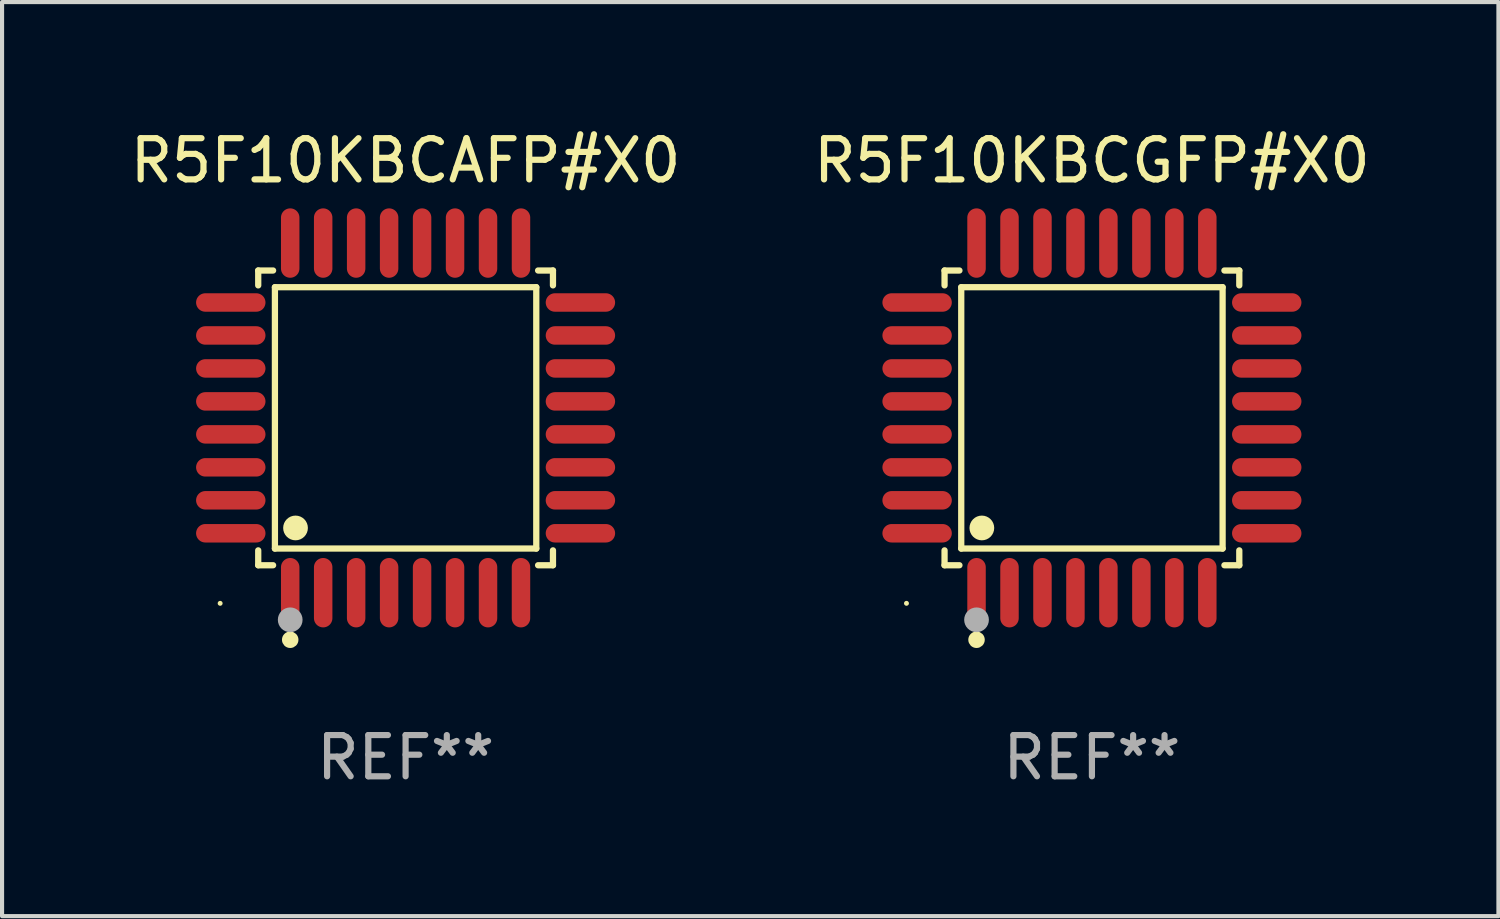
<source format=kicad_pcb>
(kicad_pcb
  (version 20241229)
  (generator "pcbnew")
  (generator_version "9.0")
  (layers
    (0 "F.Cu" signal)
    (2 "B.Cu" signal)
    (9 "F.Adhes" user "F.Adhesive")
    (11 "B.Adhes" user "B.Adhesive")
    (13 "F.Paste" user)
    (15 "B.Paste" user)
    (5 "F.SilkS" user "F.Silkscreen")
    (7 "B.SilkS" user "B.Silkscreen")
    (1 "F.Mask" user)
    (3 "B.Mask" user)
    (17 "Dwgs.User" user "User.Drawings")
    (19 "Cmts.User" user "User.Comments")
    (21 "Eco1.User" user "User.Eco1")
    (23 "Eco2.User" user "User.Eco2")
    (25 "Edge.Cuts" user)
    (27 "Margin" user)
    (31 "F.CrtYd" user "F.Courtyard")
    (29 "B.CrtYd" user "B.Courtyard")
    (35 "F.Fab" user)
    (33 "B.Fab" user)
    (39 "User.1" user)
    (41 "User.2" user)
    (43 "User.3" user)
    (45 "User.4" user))
  (footprint "R5F10KBCGFP#X0"
    (layer "F.Cu")
    (at 23.446 7.09)
    (property "Reference" "R5F10KBCGFP#X0" (at 0 -6.242 0) (layer "F.SilkS") (effects (font (size 1 1) (thickness 0.15))))
    (attr through_hole)
    (fp_line (start -3.576 -3.576) (end -3.215 -3.576) (stroke (width 0.152) (type solid)) (layer "F.SilkS"))
    (fp_line (start -3.576 -3.215) (end -3.576 -3.576) (stroke (width 0.152) (type solid)) (layer "F.SilkS"))
    (fp_line (start -3.576 3.215) (end -3.576 3.576) (stroke (width 0.152) (type solid)) (layer "F.SilkS"))
    (fp_line (start -3.576 3.576) (end -3.215 3.576) (stroke (width 0.152) (type solid)) (layer "F.SilkS"))
    (fp_line (start -3.171 -3.171) (end 3.171 -3.171) (stroke (width 0.152) (type solid)) (layer "F.SilkS"))
    (fp_line (start -3.171 3.171) (end -3.171 -3.171) (stroke (width 0.152) (type solid)) (layer "F.SilkS"))
    (fp_line (start 3.171 -3.171) (end 3.171 3.171) (stroke (width 0.152) (type solid)) (layer "F.SilkS"))
    (fp_line (start 3.171 3.171) (end -3.171 3.171) (stroke (width 0.152) (type solid)) (layer "F.SilkS"))
    (fp_line (start 3.576 -3.576) (end 3.215 -3.576) (stroke (width 0.152) (type solid)) (layer "F.SilkS"))
    (fp_line (start 3.576 -3.215) (end 3.576 -3.576) (stroke (width 0.152) (type solid)) (layer "F.SilkS"))
    (fp_line (start 3.576 3.215) (end 3.576 3.576) (stroke (width 0.152) (type solid)) (layer "F.SilkS"))
    (fp_line (start 3.576 3.576) (end 3.215 3.576) (stroke (width 0.152) (type solid)) (layer "F.SilkS"))
    (fp_circle (center -4.5 4.5) (end -4.47 4.5) (stroke (width 0.06) (type solid)) (fill no) (layer "F.SilkS"))
    (fp_circle (center -2.8 5.384) (end -2.7 5.384) (stroke (width 0.2) (type solid)) (fill no) (layer "F.SilkS"))
    (fp_circle (center -2.671 2.671) (end -2.521 2.671) (stroke (width 0.3) (type solid)) (fill no) (layer "F.SilkS"))
    (fp_circle (center -2.8 4.9) (end -2.65 4.9) (stroke (width 0.3) (type solid)) (fill no) (layer "F.Fab"))
    (fp_text user "REF**" (at 0 8.242 0) (layer "F.Fab") (effects (font (size 1 1) (thickness 0.15))))
    (pad "1" smd oval (at -2.8 4.242) (size 0.448 1.684) (layers "F.Cu" "F.Mask" "F.Paste"))
    (pad "2" smd oval (at -2 4.242) (size 0.448 1.684) (layers "F.Cu" "F.Mask" "F.Paste"))
    (pad "3" smd oval (at -1.2 4.242) (size 0.448 1.684) (layers "F.Cu" "F.Mask" "F.Paste"))
    (pad "4" smd oval (at -0.4 4.242) (size 0.448 1.684) (layers "F.Cu" "F.Mask" "F.Paste"))
    (pad "5" smd oval (at 0.4 4.242) (size 0.448 1.684) (layers "F.Cu" "F.Mask" "F.Paste"))
    (pad "6" smd oval (at 1.2 4.242) (size 0.448 1.684) (layers "F.Cu" "F.Mask" "F.Paste"))
    (pad "7" smd oval (at 2 4.242) (size 0.448 1.684) (layers "F.Cu" "F.Mask" "F.Paste"))
    (pad "8" smd oval (at 2.8 4.242) (size 0.448 1.684) (layers "F.Cu" "F.Mask" "F.Paste"))
    (pad "9" smd oval (at 4.242 2.8) (size 1.684 0.448) (layers "F.Cu" "F.Mask" "F.Paste"))
    (pad "10" smd oval (at 4.242 2) (size 1.684 0.448) (layers "F.Cu" "F.Mask" "F.Paste"))
    (pad "11" smd oval (at 4.242 1.2) (size 1.684 0.448) (layers "F.Cu" "F.Mask" "F.Paste"))
    (pad "12" smd oval (at 4.242 0.4) (size 1.684 0.448) (layers "F.Cu" "F.Mask" "F.Paste"))
    (pad "13" smd oval (at 4.242 -0.4) (size 1.684 0.448) (layers "F.Cu" "F.Mask" "F.Paste"))
    (pad "14" smd oval (at 4.242 -1.2) (size 1.684 0.448) (layers "F.Cu" "F.Mask" "F.Paste"))
    (pad "15" smd oval (at 4.242 -2) (size 1.684 0.448) (layers "F.Cu" "F.Mask" "F.Paste"))
    (pad "16" smd oval (at 4.242 -2.8) (size 1.684 0.448) (layers "F.Cu" "F.Mask" "F.Paste"))
    (pad "17" smd oval (at 2.8 -4.242) (size 0.448 1.684) (layers "F.Cu" "F.Mask" "F.Paste"))
    (pad "18" smd oval (at 2 -4.242) (size 0.448 1.684) (layers "F.Cu" "F.Mask" "F.Paste"))
    (pad "19" smd oval (at 1.2 -4.242) (size 0.448 1.684) (layers "F.Cu" "F.Mask" "F.Paste"))
    (pad "20" smd oval (at 0.4 -4.242) (size 0.448 1.684) (layers "F.Cu" "F.Mask" "F.Paste"))
    (pad "21" smd oval (at -0.4 -4.242) (size 0.448 1.684) (layers "F.Cu" "F.Mask" "F.Paste"))
    (pad "22" smd oval (at -1.2 -4.242) (size 0.448 1.684) (layers "F.Cu" "F.Mask" "F.Paste"))
    (pad "23" smd oval (at -2 -4.242) (size 0.448 1.684) (layers "F.Cu" "F.Mask" "F.Paste"))
    (pad "24" smd oval (at -2.8 -4.242) (size 0.448 1.684) (layers "F.Cu" "F.Mask" "F.Paste"))
    (pad "25" smd oval (at -4.242 -2.8) (size 1.684 0.448) (layers "F.Cu" "F.Mask" "F.Paste"))
    (pad "26" smd oval (at -4.242 -2) (size 1.684 0.448) (layers "F.Cu" "F.Mask" "F.Paste"))
    (pad "27" smd oval (at -4.242 -1.2) (size 1.684 0.448) (layers "F.Cu" "F.Mask" "F.Paste"))
    (pad "28" smd oval (at -4.242 -0.4) (size 1.684 0.448) (layers "F.Cu" "F.Mask" "F.Paste"))
    (pad "29" smd oval (at -4.242 0.4) (size 1.684 0.448) (layers "F.Cu" "F.Mask" "F.Paste"))
    (pad "30" smd oval (at -4.242 1.2) (size 1.684 0.448) (layers "F.Cu" "F.Mask" "F.Paste"))
    (pad "31" smd oval (at -4.242 2) (size 1.684 0.448) (layers "F.Cu" "F.Mask" "F.Paste"))
    (pad "32" smd oval (at -4.242 2.8) (size 1.684 0.448) (layers "F.Cu" "F.Mask" "F.Paste")))
  (footprint "R5F10KBCAFP#X0"
    (layer "F.Cu")
    (at 6.792 7.09)
    (property "Reference" "R5F10KBCAFP#X0" (at 0 -6.242 0) (layer "F.SilkS") (effects (font (size 1 1) (thickness 0.15))))
    (attr through_hole)
    (fp_line (start -3.576 -3.576) (end -3.215 -3.576) (stroke (width 0.152) (type solid)) (layer "F.SilkS"))
    (fp_line (start -3.576 -3.215) (end -3.576 -3.576) (stroke (width 0.152) (type solid)) (layer "F.SilkS"))
    (fp_line (start -3.576 3.215) (end -3.576 3.576) (stroke (width 0.152) (type solid)) (layer "F.SilkS"))
    (fp_line (start -3.576 3.576) (end -3.215 3.576) (stroke (width 0.152) (type solid)) (layer "F.SilkS"))
    (fp_line (start -3.171 -3.171) (end 3.171 -3.171) (stroke (width 0.152) (type solid)) (layer "F.SilkS"))
    (fp_line (start -3.171 3.171) (end -3.171 -3.171) (stroke (width 0.152) (type solid)) (layer "F.SilkS"))
    (fp_line (start 3.171 -3.171) (end 3.171 3.171) (stroke (width 0.152) (type solid)) (layer "F.SilkS"))
    (fp_line (start 3.171 3.171) (end -3.171 3.171) (stroke (width 0.152) (type solid)) (layer "F.SilkS"))
    (fp_line (start 3.576 -3.576) (end 3.215 -3.576) (stroke (width 0.152) (type solid)) (layer "F.SilkS"))
    (fp_line (start 3.576 -3.215) (end 3.576 -3.576) (stroke (width 0.152) (type solid)) (layer "F.SilkS"))
    (fp_line (start 3.576 3.215) (end 3.576 3.576) (stroke (width 0.152) (type solid)) (layer "F.SilkS"))
    (fp_line (start 3.576 3.576) (end 3.215 3.576) (stroke (width 0.152) (type solid)) (layer "F.SilkS"))
    (fp_circle (center -4.5 4.5) (end -4.47 4.5) (stroke (width 0.06) (type solid)) (fill no) (layer "F.SilkS"))
    (fp_circle (center -2.8 5.384) (end -2.7 5.384) (stroke (width 0.2) (type solid)) (fill no) (layer "F.SilkS"))
    (fp_circle (center -2.671 2.671) (end -2.521 2.671) (stroke (width 0.3) (type solid)) (fill no) (layer "F.SilkS"))
    (fp_circle (center -2.8 4.9) (end -2.65 4.9) (stroke (width 0.3) (type solid)) (fill no) (layer "F.Fab"))
    (fp_text user "REF**" (at 0 8.242 0) (layer "F.Fab") (effects (font (size 1 1) (thickness 0.15))))
    (pad "1" smd oval (at -2.8 4.242) (size 0.448 1.684) (layers "F.Cu" "F.Mask" "F.Paste"))
    (pad "2" smd oval (at -2 4.242) (size 0.448 1.684) (layers "F.Cu" "F.Mask" "F.Paste"))
    (pad "3" smd oval (at -1.2 4.242) (size 0.448 1.684) (layers "F.Cu" "F.Mask" "F.Paste"))
    (pad "4" smd oval (at -0.4 4.242) (size 0.448 1.684) (layers "F.Cu" "F.Mask" "F.Paste"))
    (pad "5" smd oval (at 0.4 4.242) (size 0.448 1.684) (layers "F.Cu" "F.Mask" "F.Paste"))
    (pad "6" smd oval (at 1.2 4.242) (size 0.448 1.684) (layers "F.Cu" "F.Mask" "F.Paste"))
    (pad "7" smd oval (at 2 4.242) (size 0.448 1.684) (layers "F.Cu" "F.Mask" "F.Paste"))
    (pad "8" smd oval (at 2.8 4.242) (size 0.448 1.684) (layers "F.Cu" "F.Mask" "F.Paste"))
    (pad "9" smd oval (at 4.242 2.8) (size 1.684 0.448) (layers "F.Cu" "F.Mask" "F.Paste"))
    (pad "10" smd oval (at 4.242 2) (size 1.684 0.448) (layers "F.Cu" "F.Mask" "F.Paste"))
    (pad "11" smd oval (at 4.242 1.2) (size 1.684 0.448) (layers "F.Cu" "F.Mask" "F.Paste"))
    (pad "12" smd oval (at 4.242 0.4) (size 1.684 0.448) (layers "F.Cu" "F.Mask" "F.Paste"))
    (pad "13" smd oval (at 4.242 -0.4) (size 1.684 0.448) (layers "F.Cu" "F.Mask" "F.Paste"))
    (pad "14" smd oval (at 4.242 -1.2) (size 1.684 0.448) (layers "F.Cu" "F.Mask" "F.Paste"))
    (pad "15" smd oval (at 4.242 -2) (size 1.684 0.448) (layers "F.Cu" "F.Mask" "F.Paste"))
    (pad "16" smd oval (at 4.242 -2.8) (size 1.684 0.448) (layers "F.Cu" "F.Mask" "F.Paste"))
    (pad "17" smd oval (at 2.8 -4.242) (size 0.448 1.684) (layers "F.Cu" "F.Mask" "F.Paste"))
    (pad "18" smd oval (at 2 -4.242) (size 0.448 1.684) (layers "F.Cu" "F.Mask" "F.Paste"))
    (pad "19" smd oval (at 1.2 -4.242) (size 0.448 1.684) (layers "F.Cu" "F.Mask" "F.Paste"))
    (pad "20" smd oval (at 0.4 -4.242) (size 0.448 1.684) (layers "F.Cu" "F.Mask" "F.Paste"))
    (pad "21" smd oval (at -0.4 -4.242) (size 0.448 1.684) (layers "F.Cu" "F.Mask" "F.Paste"))
    (pad "22" smd oval (at -1.2 -4.242) (size 0.448 1.684) (layers "F.Cu" "F.Mask" "F.Paste"))
    (pad "23" smd oval (at -2 -4.242) (size 0.448 1.684) (layers "F.Cu" "F.Mask" "F.Paste"))
    (pad "24" smd oval (at -2.8 -4.242) (size 0.448 1.684) (layers "F.Cu" "F.Mask" "F.Paste"))
    (pad "25" smd oval (at -4.242 -2.8) (size 1.684 0.448) (layers "F.Cu" "F.Mask" "F.Paste"))
    (pad "26" smd oval (at -4.242 -2) (size 1.684 0.448) (layers "F.Cu" "F.Mask" "F.Paste"))
    (pad "27" smd oval (at -4.242 -1.2) (size 1.684 0.448) (layers "F.Cu" "F.Mask" "F.Paste"))
    (pad "28" smd oval (at -4.242 -0.4) (size 1.684 0.448) (layers "F.Cu" "F.Mask" "F.Paste"))
    (pad "29" smd oval (at -4.242 0.4) (size 1.684 0.448) (layers "F.Cu" "F.Mask" "F.Paste"))
    (pad "30" smd oval (at -4.242 1.2) (size 1.684 0.448) (layers "F.Cu" "F.Mask" "F.Paste"))
    (pad "31" smd oval (at -4.242 2) (size 1.684 0.448) (layers "F.Cu" "F.Mask" "F.Paste"))
    (pad "32" smd oval (at -4.242 2.8) (size 1.684 0.448) (layers "F.Cu" "F.Mask" "F.Paste")))
  (gr_rect
    (start -3 -3)
    (end 33.31 19.181)
    (stroke (width 0.1) (type default))
    (fill no)
    (layer "Edge.Cuts")))
</source>
